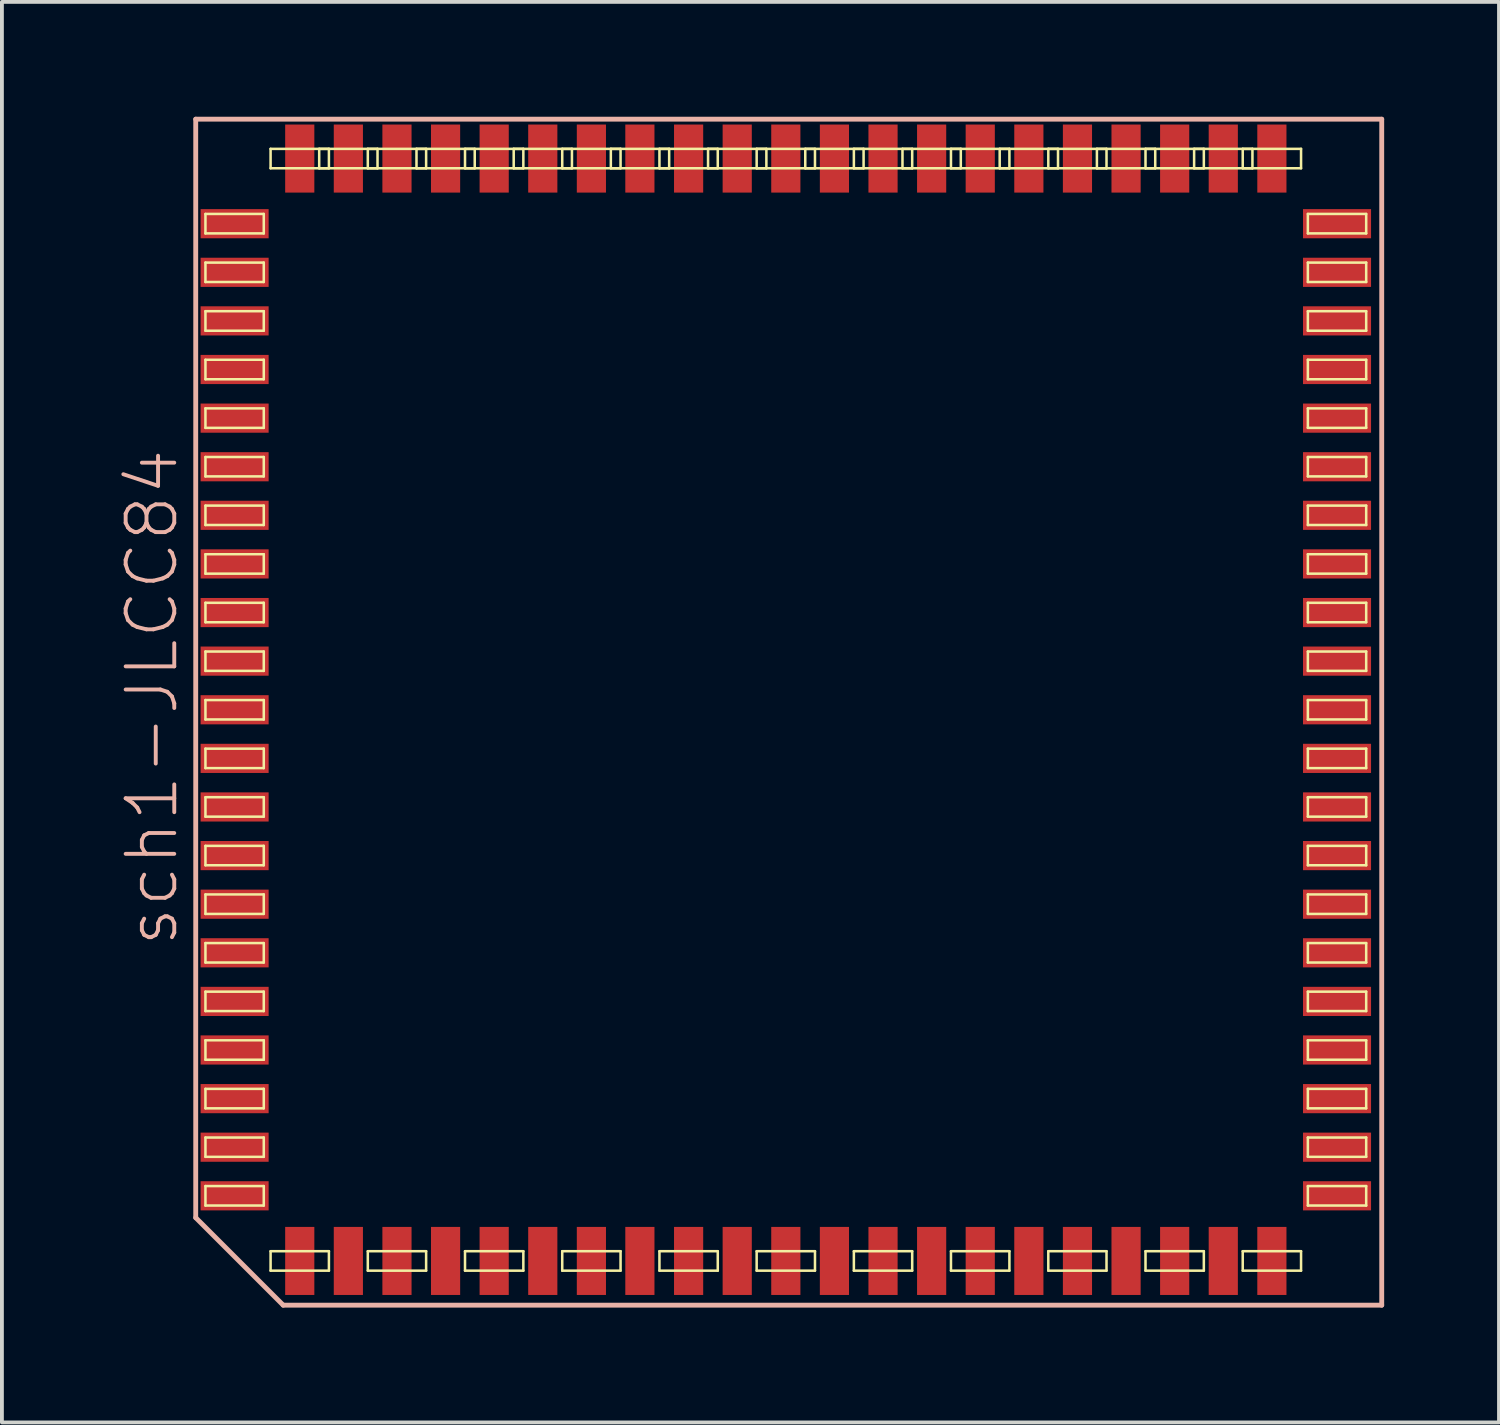
<source format=kicad_pcb>
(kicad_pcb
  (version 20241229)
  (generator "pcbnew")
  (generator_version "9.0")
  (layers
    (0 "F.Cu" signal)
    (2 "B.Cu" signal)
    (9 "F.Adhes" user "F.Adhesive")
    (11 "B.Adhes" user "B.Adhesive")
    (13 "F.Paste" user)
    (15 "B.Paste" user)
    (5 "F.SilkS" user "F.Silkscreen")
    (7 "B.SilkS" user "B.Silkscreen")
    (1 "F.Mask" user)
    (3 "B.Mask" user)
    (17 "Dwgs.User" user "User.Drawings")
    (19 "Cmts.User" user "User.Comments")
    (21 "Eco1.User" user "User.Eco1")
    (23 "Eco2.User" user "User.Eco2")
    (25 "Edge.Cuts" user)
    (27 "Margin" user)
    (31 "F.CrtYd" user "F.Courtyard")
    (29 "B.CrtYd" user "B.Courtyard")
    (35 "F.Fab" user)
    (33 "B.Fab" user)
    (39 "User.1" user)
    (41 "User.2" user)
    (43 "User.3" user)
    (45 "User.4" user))
  (footprint "sch1-JLCC84"
    (layer "F.Cu")
    (at 10.192 18.352)
    (property "Reference" "sch1-JLCC84" (at -9.271 -3.175 90) (layer "B.SilkS") (effects (font (size 1.27 1.27) (thickness 0.102))))
    (attr smd)
    (fp_line (start -7.874 -15.303) (end -7.874 -15.812) (stroke (width 0.066) (type solid)) (layer "F.SilkS"))
    (fp_line (start -7.874 -14.034) (end -7.874 -14.541) (stroke (width 0.066) (type solid)) (layer "F.SilkS"))
    (fp_line (start -7.874 -12.761) (end -7.874 -13.271) (stroke (width 0.066) (type solid)) (layer "F.SilkS"))
    (fp_line (start -7.874 -11.493) (end -7.874 -12.002) (stroke (width 0.066) (type solid)) (layer "F.SilkS"))
    (fp_line (start -7.874 -10.223) (end -7.874 -10.732) (stroke (width 0.066) (type solid)) (layer "F.SilkS"))
    (fp_line (start -7.874 -8.954) (end -7.874 -9.461) (stroke (width 0.066) (type solid)) (layer "F.SilkS"))
    (fp_line (start -7.874 -7.684) (end -7.874 -8.191) (stroke (width 0.066) (type solid)) (layer "F.SilkS"))
    (fp_line (start -7.874 -6.413) (end -7.874 -6.921) (stroke (width 0.066) (type solid)) (layer "F.SilkS"))
    (fp_line (start -7.874 -5.144) (end -7.874 -5.652) (stroke (width 0.066) (type solid)) (layer "F.SilkS"))
    (fp_line (start -7.874 -3.873) (end -7.874 -4.379) (stroke (width 0.066) (type solid)) (layer "F.SilkS"))
    (fp_line (start -7.874 -2.603) (end -7.874 -3.111) (stroke (width 0.066) (type solid)) (layer "F.SilkS"))
    (fp_line (start -7.874 -1.333) (end -7.874 -1.841) (stroke (width 0.066) (type solid)) (layer "F.SilkS"))
    (fp_line (start -7.874 -0.064) (end -7.874 -0.572) (stroke (width 0.066) (type solid)) (layer "F.SilkS"))
    (fp_line (start -7.874 1.206) (end -7.874 0.699) (stroke (width 0.066) (type solid)) (layer "F.SilkS"))
    (fp_line (start -7.874 2.477) (end -7.874 1.968) (stroke (width 0.066) (type solid)) (layer "F.SilkS"))
    (fp_line (start -7.874 3.747) (end -7.874 3.239) (stroke (width 0.066) (type solid)) (layer "F.SilkS"))
    (fp_line (start -7.874 5.016) (end -7.874 4.508) (stroke (width 0.066) (type solid)) (layer "F.SilkS"))
    (fp_line (start -7.874 6.287) (end -7.874 5.779) (stroke (width 0.066) (type solid)) (layer "F.SilkS"))
    (fp_line (start -7.874 7.556) (end -7.874 7.048) (stroke (width 0.066) (type solid)) (layer "F.SilkS"))
    (fp_line (start -7.874 8.824) (end -7.874 8.319) (stroke (width 0.066) (type solid)) (layer "F.SilkS"))
    (fp_line (start -7.874 10.097) (end -7.874 9.588) (stroke (width 0.066) (type solid)) (layer "F.SilkS"))
    (fp_line (start -6.35 -15.812) (end -7.874 -15.812) (stroke (width 0.066) (type solid)) (layer "F.SilkS"))
    (fp_line (start -6.35 -15.303) (end -7.874 -15.303) (stroke (width 0.066) (type solid)) (layer "F.SilkS"))
    (fp_line (start -6.35 -15.303) (end -6.35 -15.812) (stroke (width 0.066) (type solid)) (layer "F.SilkS"))
    (fp_line (start -6.35 -14.541) (end -7.874 -14.541) (stroke (width 0.066) (type solid)) (layer "F.SilkS"))
    (fp_line (start -6.35 -14.034) (end -7.874 -14.034) (stroke (width 0.066) (type solid)) (layer "F.SilkS"))
    (fp_line (start -6.35 -14.034) (end -6.35 -14.541) (stroke (width 0.066) (type solid)) (layer "F.SilkS"))
    (fp_line (start -6.35 -13.271) (end -7.874 -13.271) (stroke (width 0.066) (type solid)) (layer "F.SilkS"))
    (fp_line (start -6.35 -12.761) (end -7.874 -12.761) (stroke (width 0.066) (type solid)) (layer "F.SilkS"))
    (fp_line (start -6.35 -12.761) (end -6.35 -13.271) (stroke (width 0.066) (type solid)) (layer "F.SilkS"))
    (fp_line (start -6.35 -12.002) (end -7.874 -12.002) (stroke (width 0.066) (type solid)) (layer "F.SilkS"))
    (fp_line (start -6.35 -11.493) (end -7.874 -11.493) (stroke (width 0.066) (type solid)) (layer "F.SilkS"))
    (fp_line (start -6.35 -11.493) (end -6.35 -12.002) (stroke (width 0.066) (type solid)) (layer "F.SilkS"))
    (fp_line (start -6.35 -10.732) (end -7.874 -10.732) (stroke (width 0.066) (type solid)) (layer "F.SilkS"))
    (fp_line (start -6.35 -10.223) (end -7.874 -10.223) (stroke (width 0.066) (type solid)) (layer "F.SilkS"))
    (fp_line (start -6.35 -10.223) (end -6.35 -10.732) (stroke (width 0.066) (type solid)) (layer "F.SilkS"))
    (fp_line (start -6.35 -9.461) (end -7.874 -9.461) (stroke (width 0.066) (type solid)) (layer "F.SilkS"))
    (fp_line (start -6.35 -8.954) (end -7.874 -8.954) (stroke (width 0.066) (type solid)) (layer "F.SilkS"))
    (fp_line (start -6.35 -8.954) (end -6.35 -9.461) (stroke (width 0.066) (type solid)) (layer "F.SilkS"))
    (fp_line (start -6.35 -8.191) (end -7.874 -8.191) (stroke (width 0.066) (type solid)) (layer "F.SilkS"))
    (fp_line (start -6.35 -7.684) (end -7.874 -7.684) (stroke (width 0.066) (type solid)) (layer "F.SilkS"))
    (fp_line (start -6.35 -7.684) (end -6.35 -8.191) (stroke (width 0.066) (type solid)) (layer "F.SilkS"))
    (fp_line (start -6.35 -6.921) (end -7.874 -6.921) (stroke (width 0.066) (type solid)) (layer "F.SilkS"))
    (fp_line (start -6.35 -6.413) (end -7.874 -6.413) (stroke (width 0.066) (type solid)) (layer "F.SilkS"))
    (fp_line (start -6.35 -6.413) (end -6.35 -6.921) (stroke (width 0.066) (type solid)) (layer "F.SilkS"))
    (fp_line (start -6.35 -5.652) (end -7.874 -5.652) (stroke (width 0.066) (type solid)) (layer "F.SilkS"))
    (fp_line (start -6.35 -5.144) (end -7.874 -5.144) (stroke (width 0.066) (type solid)) (layer "F.SilkS"))
    (fp_line (start -6.35 -5.144) (end -6.35 -5.652) (stroke (width 0.066) (type solid)) (layer "F.SilkS"))
    (fp_line (start -6.35 -4.379) (end -7.874 -4.379) (stroke (width 0.066) (type solid)) (layer "F.SilkS"))
    (fp_line (start -6.35 -3.873) (end -7.874 -3.873) (stroke (width 0.066) (type solid)) (layer "F.SilkS"))
    (fp_line (start -6.35 -3.873) (end -6.35 -4.379) (stroke (width 0.066) (type solid)) (layer "F.SilkS"))
    (fp_line (start -6.35 -3.111) (end -7.874 -3.111) (stroke (width 0.066) (type solid)) (layer "F.SilkS"))
    (fp_line (start -6.35 -2.603) (end -7.874 -2.603) (stroke (width 0.066) (type solid)) (layer "F.SilkS"))
    (fp_line (start -6.35 -2.603) (end -6.35 -3.111) (stroke (width 0.066) (type solid)) (layer "F.SilkS"))
    (fp_line (start -6.35 -1.841) (end -7.874 -1.841) (stroke (width 0.066) (type solid)) (layer "F.SilkS"))
    (fp_line (start -6.35 -1.333) (end -7.874 -1.333) (stroke (width 0.066) (type solid)) (layer "F.SilkS"))
    (fp_line (start -6.35 -1.333) (end -6.35 -1.841) (stroke (width 0.066) (type solid)) (layer "F.SilkS"))
    (fp_line (start -6.35 -0.572) (end -7.874 -0.572) (stroke (width 0.066) (type solid)) (layer "F.SilkS"))
    (fp_line (start -6.35 -0.064) (end -7.874 -0.064) (stroke (width 0.066) (type solid)) (layer "F.SilkS"))
    (fp_line (start -6.35 -0.064) (end -6.35 -0.572) (stroke (width 0.066) (type solid)) (layer "F.SilkS"))
    (fp_line (start -6.35 0.699) (end -7.874 0.699) (stroke (width 0.066) (type solid)) (layer "F.SilkS"))
    (fp_line (start -6.35 1.206) (end -7.874 1.206) (stroke (width 0.066) (type solid)) (layer "F.SilkS"))
    (fp_line (start -6.35 1.206) (end -6.35 0.699) (stroke (width 0.066) (type solid)) (layer "F.SilkS"))
    (fp_line (start -6.35 1.968) (end -7.874 1.968) (stroke (width 0.066) (type solid)) (layer "F.SilkS"))
    (fp_line (start -6.35 2.477) (end -7.874 2.477) (stroke (width 0.066) (type solid)) (layer "F.SilkS"))
    (fp_line (start -6.35 2.477) (end -6.35 1.968) (stroke (width 0.066) (type solid)) (layer "F.SilkS"))
    (fp_line (start -6.35 3.239) (end -7.874 3.239) (stroke (width 0.066) (type solid)) (layer "F.SilkS"))
    (fp_line (start -6.35 3.747) (end -7.874 3.747) (stroke (width 0.066) (type solid)) (layer "F.SilkS"))
    (fp_line (start -6.35 3.747) (end -6.35 3.239) (stroke (width 0.066) (type solid)) (layer "F.SilkS"))
    (fp_line (start -6.35 4.508) (end -7.874 4.508) (stroke (width 0.066) (type solid)) (layer "F.SilkS"))
    (fp_line (start -6.35 5.016) (end -7.874 5.016) (stroke (width 0.066) (type solid)) (layer "F.SilkS"))
    (fp_line (start -6.35 5.016) (end -6.35 4.508) (stroke (width 0.066) (type solid)) (layer "F.SilkS"))
    (fp_line (start -6.35 5.779) (end -7.874 5.779) (stroke (width 0.066) (type solid)) (layer "F.SilkS"))
    (fp_line (start -6.35 6.287) (end -7.874 6.287) (stroke (width 0.066) (type solid)) (layer "F.SilkS"))
    (fp_line (start -6.35 6.287) (end -6.35 5.779) (stroke (width 0.066) (type solid)) (layer "F.SilkS"))
    (fp_line (start -6.35 7.048) (end -7.874 7.048) (stroke (width 0.066) (type solid)) (layer "F.SilkS"))
    (fp_line (start -6.35 7.556) (end -7.874 7.556) (stroke (width 0.066) (type solid)) (layer "F.SilkS"))
    (fp_line (start -6.35 7.556) (end -6.35 7.048) (stroke (width 0.066) (type solid)) (layer "F.SilkS"))
    (fp_line (start -6.35 8.319) (end -7.874 8.319) (stroke (width 0.066) (type solid)) (layer "F.SilkS"))
    (fp_line (start -6.35 8.824) (end -7.874 8.824) (stroke (width 0.066) (type solid)) (layer "F.SilkS"))
    (fp_line (start -6.35 8.824) (end -6.35 8.319) (stroke (width 0.066) (type solid)) (layer "F.SilkS"))
    (fp_line (start -6.35 9.588) (end -7.874 9.588) (stroke (width 0.066) (type solid)) (layer "F.SilkS"))
    (fp_line (start -6.35 10.097) (end -7.874 10.097) (stroke (width 0.066) (type solid)) (layer "F.SilkS"))
    (fp_line (start -6.35 10.097) (end -6.35 9.588) (stroke (width 0.066) (type solid)) (layer "F.SilkS"))
    (fp_line (start -6.172 -17.005) (end -6.172 -17.513) (stroke (width 0.066) (type solid)) (layer "F.SilkS"))
    (fp_line (start -6.172 11.798) (end -6.172 11.29) (stroke (width 0.066) (type solid)) (layer "F.SilkS"))
    (fp_line (start -4.902 -17.005) (end -4.902 -17.513) (stroke (width 0.066) (type solid)) (layer "F.SilkS"))
    (fp_line (start -4.648 -17.513) (end -6.172 -17.513) (stroke (width 0.066) (type solid)) (layer "F.SilkS"))
    (fp_line (start -4.648 -17.005) (end -6.172 -17.005) (stroke (width 0.066) (type solid)) (layer "F.SilkS"))
    (fp_line (start -4.648 -17.005) (end -4.648 -17.513) (stroke (width 0.066) (type solid)) (layer "F.SilkS"))
    (fp_line (start -4.648 11.29) (end -6.172 11.29) (stroke (width 0.066) (type solid)) (layer "F.SilkS"))
    (fp_line (start -4.648 11.798) (end -6.172 11.798) (stroke (width 0.066) (type solid)) (layer "F.SilkS"))
    (fp_line (start -4.648 11.798) (end -4.648 11.29) (stroke (width 0.066) (type solid)) (layer "F.SilkS"))
    (fp_line (start -3.632 -17.005) (end -3.632 -17.513) (stroke (width 0.066) (type solid)) (layer "F.SilkS"))
    (fp_line (start -3.632 11.798) (end -3.632 11.29) (stroke (width 0.066) (type solid)) (layer "F.SilkS"))
    (fp_line (start -3.378 -17.513) (end -4.902 -17.513) (stroke (width 0.066) (type solid)) (layer "F.SilkS"))
    (fp_line (start -3.378 -17.005) (end -4.902 -17.005) (stroke (width 0.066) (type solid)) (layer "F.SilkS"))
    (fp_line (start -3.378 -17.005) (end -3.378 -17.513) (stroke (width 0.066) (type solid)) (layer "F.SilkS"))
    (fp_line (start -2.36 -17.005) (end -2.36 -17.513) (stroke (width 0.066) (type solid)) (layer "F.SilkS"))
    (fp_line (start -2.108 -17.513) (end -3.632 -17.513) (stroke (width 0.066) (type solid)) (layer "F.SilkS"))
    (fp_line (start -2.108 -17.005) (end -3.632 -17.005) (stroke (width 0.066) (type solid)) (layer "F.SilkS"))
    (fp_line (start -2.108 -17.005) (end -2.108 -17.513) (stroke (width 0.066) (type solid)) (layer "F.SilkS"))
    (fp_line (start -2.108 11.29) (end -3.632 11.29) (stroke (width 0.066) (type solid)) (layer "F.SilkS"))
    (fp_line (start -2.108 11.798) (end -3.632 11.798) (stroke (width 0.066) (type solid)) (layer "F.SilkS"))
    (fp_line (start -2.108 11.798) (end -2.108 11.29) (stroke (width 0.066) (type solid)) (layer "F.SilkS"))
    (fp_line (start -1.092 -17.005) (end -1.092 -17.513) (stroke (width 0.066) (type solid)) (layer "F.SilkS"))
    (fp_line (start -1.092 11.798) (end -1.092 11.29) (stroke (width 0.066) (type solid)) (layer "F.SilkS"))
    (fp_line (start -0.838 -17.513) (end -2.36 -17.513) (stroke (width 0.066) (type solid)) (layer "F.SilkS"))
    (fp_line (start -0.838 -17.005) (end -2.36 -17.005) (stroke (width 0.066) (type solid)) (layer "F.SilkS"))
    (fp_line (start -0.838 -17.005) (end -0.838 -17.513) (stroke (width 0.066) (type solid)) (layer "F.SilkS"))
    (fp_line (start 0.18 -17.005) (end 0.18 -17.513) (stroke (width 0.066) (type solid)) (layer "F.SilkS"))
    (fp_line (start 0.432 -17.513) (end -1.092 -17.513) (stroke (width 0.066) (type solid)) (layer "F.SilkS"))
    (fp_line (start 0.432 -17.005) (end -1.092 -17.005) (stroke (width 0.066) (type solid)) (layer "F.SilkS"))
    (fp_line (start 0.432 -17.005) (end 0.432 -17.513) (stroke (width 0.066) (type solid)) (layer "F.SilkS"))
    (fp_line (start 0.432 11.29) (end -1.092 11.29) (stroke (width 0.066) (type solid)) (layer "F.SilkS"))
    (fp_line (start 0.432 11.798) (end -1.092 11.798) (stroke (width 0.066) (type solid)) (layer "F.SilkS"))
    (fp_line (start 0.432 11.798) (end 0.432 11.29) (stroke (width 0.066) (type solid)) (layer "F.SilkS"))
    (fp_line (start 1.448 -17.005) (end 1.448 -17.513) (stroke (width 0.066) (type solid)) (layer "F.SilkS"))
    (fp_line (start 1.448 11.798) (end 1.448 11.29) (stroke (width 0.066) (type solid)) (layer "F.SilkS"))
    (fp_line (start 1.702 -17.513) (end 0.18 -17.513) (stroke (width 0.066) (type solid)) (layer "F.SilkS"))
    (fp_line (start 1.702 -17.005) (end 0.18 -17.005) (stroke (width 0.066) (type solid)) (layer "F.SilkS"))
    (fp_line (start 1.702 -17.005) (end 1.702 -17.513) (stroke (width 0.066) (type solid)) (layer "F.SilkS"))
    (fp_line (start 2.718 -17.005) (end 2.718 -17.513) (stroke (width 0.066) (type solid)) (layer "F.SilkS"))
    (fp_line (start 2.972 -17.513) (end 1.448 -17.513) (stroke (width 0.066) (type solid)) (layer "F.SilkS"))
    (fp_line (start 2.972 -17.005) (end 1.448 -17.005) (stroke (width 0.066) (type solid)) (layer "F.SilkS"))
    (fp_line (start 2.972 -17.005) (end 2.972 -17.513) (stroke (width 0.066) (type solid)) (layer "F.SilkS"))
    (fp_line (start 2.972 11.29) (end 1.448 11.29) (stroke (width 0.066) (type solid)) (layer "F.SilkS"))
    (fp_line (start 2.972 11.798) (end 1.448 11.798) (stroke (width 0.066) (type solid)) (layer "F.SilkS"))
    (fp_line (start 2.972 11.798) (end 2.972 11.29) (stroke (width 0.066) (type solid)) (layer "F.SilkS"))
    (fp_line (start 3.988 -17.005) (end 3.988 -17.513) (stroke (width 0.066) (type solid)) (layer "F.SilkS"))
    (fp_line (start 3.988 11.798) (end 3.988 11.29) (stroke (width 0.066) (type solid)) (layer "F.SilkS"))
    (fp_line (start 4.242 -17.513) (end 2.718 -17.513) (stroke (width 0.066) (type solid)) (layer "F.SilkS"))
    (fp_line (start 4.242 -17.005) (end 2.718 -17.005) (stroke (width 0.066) (type solid)) (layer "F.SilkS"))
    (fp_line (start 4.242 -17.005) (end 4.242 -17.513) (stroke (width 0.066) (type solid)) (layer "F.SilkS"))
    (fp_line (start 5.258 -17.005) (end 5.258 -17.513) (stroke (width 0.066) (type solid)) (layer "F.SilkS"))
    (fp_line (start 5.512 -17.513) (end 3.988 -17.513) (stroke (width 0.066) (type solid)) (layer "F.SilkS"))
    (fp_line (start 5.512 -17.005) (end 3.988 -17.005) (stroke (width 0.066) (type solid)) (layer "F.SilkS"))
    (fp_line (start 5.512 -17.005) (end 5.512 -17.513) (stroke (width 0.066) (type solid)) (layer "F.SilkS"))
    (fp_line (start 5.512 11.29) (end 3.988 11.29) (stroke (width 0.066) (type solid)) (layer "F.SilkS"))
    (fp_line (start 5.512 11.798) (end 3.988 11.798) (stroke (width 0.066) (type solid)) (layer "F.SilkS"))
    (fp_line (start 5.512 11.798) (end 5.512 11.29) (stroke (width 0.066) (type solid)) (layer "F.SilkS"))
    (fp_line (start 6.528 -17.005) (end 6.528 -17.513) (stroke (width 0.066) (type solid)) (layer "F.SilkS"))
    (fp_line (start 6.528 11.798) (end 6.528 11.29) (stroke (width 0.066) (type solid)) (layer "F.SilkS"))
    (fp_line (start 6.782 -17.513) (end 5.258 -17.513) (stroke (width 0.066) (type solid)) (layer "F.SilkS"))
    (fp_line (start 6.782 -17.005) (end 5.258 -17.005) (stroke (width 0.066) (type solid)) (layer "F.SilkS"))
    (fp_line (start 6.782 -17.005) (end 6.782 -17.513) (stroke (width 0.066) (type solid)) (layer "F.SilkS"))
    (fp_line (start 7.798 -17.005) (end 7.798 -17.513) (stroke (width 0.066) (type solid)) (layer "F.SilkS"))
    (fp_line (start 8.052 -17.513) (end 6.528 -17.513) (stroke (width 0.066) (type solid)) (layer "F.SilkS"))
    (fp_line (start 8.052 -17.005) (end 6.528 -17.005) (stroke (width 0.066) (type solid)) (layer "F.SilkS"))
    (fp_line (start 8.052 -17.005) (end 8.052 -17.513) (stroke (width 0.066) (type solid)) (layer "F.SilkS"))
    (fp_line (start 8.052 11.29) (end 6.528 11.29) (stroke (width 0.066) (type solid)) (layer "F.SilkS"))
    (fp_line (start 8.052 11.798) (end 6.528 11.798) (stroke (width 0.066) (type solid)) (layer "F.SilkS"))
    (fp_line (start 8.052 11.798) (end 8.052 11.29) (stroke (width 0.066) (type solid)) (layer "F.SilkS"))
    (fp_line (start 9.068 -17.005) (end 9.068 -17.513) (stroke (width 0.066) (type solid)) (layer "F.SilkS"))
    (fp_line (start 9.068 11.798) (end 9.068 11.29) (stroke (width 0.066) (type solid)) (layer "F.SilkS"))
    (fp_line (start 9.322 -17.513) (end 7.798 -17.513) (stroke (width 0.066) (type solid)) (layer "F.SilkS"))
    (fp_line (start 9.322 -17.005) (end 7.798 -17.005) (stroke (width 0.066) (type solid)) (layer "F.SilkS"))
    (fp_line (start 9.322 -17.005) (end 9.322 -17.513) (stroke (width 0.066) (type solid)) (layer "F.SilkS"))
    (fp_line (start 10.338 -17.005) (end 10.338 -17.513) (stroke (width 0.066) (type solid)) (layer "F.SilkS"))
    (fp_line (start 10.592 -17.513) (end 9.068 -17.513) (stroke (width 0.066) (type solid)) (layer "F.SilkS"))
    (fp_line (start 10.592 -17.005) (end 9.068 -17.005) (stroke (width 0.066) (type solid)) (layer "F.SilkS"))
    (fp_line (start 10.592 -17.005) (end 10.592 -17.513) (stroke (width 0.066) (type solid)) (layer "F.SilkS"))
    (fp_line (start 10.592 11.29) (end 9.068 11.29) (stroke (width 0.066) (type solid)) (layer "F.SilkS"))
    (fp_line (start 10.592 11.798) (end 9.068 11.798) (stroke (width 0.066) (type solid)) (layer "F.SilkS"))
    (fp_line (start 10.592 11.798) (end 10.592 11.29) (stroke (width 0.066) (type solid)) (layer "F.SilkS"))
    (fp_line (start 11.605 -17.005) (end 11.605 -17.513) (stroke (width 0.066) (type solid)) (layer "F.SilkS"))
    (fp_line (start 11.605 11.798) (end 11.605 11.29) (stroke (width 0.066) (type solid)) (layer "F.SilkS"))
    (fp_line (start 11.862 -17.513) (end 10.338 -17.513) (stroke (width 0.066) (type solid)) (layer "F.SilkS"))
    (fp_line (start 11.862 -17.005) (end 10.338 -17.005) (stroke (width 0.066) (type solid)) (layer "F.SilkS"))
    (fp_line (start 11.862 -17.005) (end 11.862 -17.513) (stroke (width 0.066) (type solid)) (layer "F.SilkS"))
    (fp_line (start 12.878 -17.005) (end 12.878 -17.513) (stroke (width 0.066) (type solid)) (layer "F.SilkS"))
    (fp_line (start 13.132 -17.513) (end 11.605 -17.513) (stroke (width 0.066) (type solid)) (layer "F.SilkS"))
    (fp_line (start 13.132 -17.005) (end 11.605 -17.005) (stroke (width 0.066) (type solid)) (layer "F.SilkS"))
    (fp_line (start 13.132 -17.005) (end 13.132 -17.513) (stroke (width 0.066) (type solid)) (layer "F.SilkS"))
    (fp_line (start 13.132 11.29) (end 11.605 11.29) (stroke (width 0.066) (type solid)) (layer "F.SilkS"))
    (fp_line (start 13.132 11.798) (end 11.605 11.798) (stroke (width 0.066) (type solid)) (layer "F.SilkS"))
    (fp_line (start 13.132 11.798) (end 13.132 11.29) (stroke (width 0.066) (type solid)) (layer "F.SilkS"))
    (fp_line (start 14.148 -17.005) (end 14.148 -17.513) (stroke (width 0.066) (type solid)) (layer "F.SilkS"))
    (fp_line (start 14.148 11.798) (end 14.148 11.29) (stroke (width 0.066) (type solid)) (layer "F.SilkS"))
    (fp_line (start 14.402 -17.513) (end 12.878 -17.513) (stroke (width 0.066) (type solid)) (layer "F.SilkS"))
    (fp_line (start 14.402 -17.005) (end 12.878 -17.005) (stroke (width 0.066) (type solid)) (layer "F.SilkS"))
    (fp_line (start 14.402 -17.005) (end 14.402 -17.513) (stroke (width 0.066) (type solid)) (layer "F.SilkS"))
    (fp_line (start 15.418 -17.005) (end 15.418 -17.513) (stroke (width 0.066) (type solid)) (layer "F.SilkS"))
    (fp_line (start 15.669 -17.513) (end 14.148 -17.513) (stroke (width 0.066) (type solid)) (layer "F.SilkS"))
    (fp_line (start 15.669 -17.005) (end 14.148 -17.005) (stroke (width 0.066) (type solid)) (layer "F.SilkS"))
    (fp_line (start 15.669 -17.005) (end 15.669 -17.513) (stroke (width 0.066) (type solid)) (layer "F.SilkS"))
    (fp_line (start 15.669 11.29) (end 14.148 11.29) (stroke (width 0.066) (type solid)) (layer "F.SilkS"))
    (fp_line (start 15.669 11.798) (end 14.148 11.798) (stroke (width 0.066) (type solid)) (layer "F.SilkS"))
    (fp_line (start 15.669 11.798) (end 15.669 11.29) (stroke (width 0.066) (type solid)) (layer "F.SilkS"))
    (fp_line (start 16.688 -17.005) (end 16.688 -17.513) (stroke (width 0.066) (type solid)) (layer "F.SilkS"))
    (fp_line (start 16.688 11.798) (end 16.688 11.29) (stroke (width 0.066) (type solid)) (layer "F.SilkS"))
    (fp_line (start 16.942 -17.513) (end 15.418 -17.513) (stroke (width 0.066) (type solid)) (layer "F.SilkS"))
    (fp_line (start 16.942 -17.005) (end 15.418 -17.005) (stroke (width 0.066) (type solid)) (layer "F.SilkS"))
    (fp_line (start 16.942 -17.005) (end 16.942 -17.513) (stroke (width 0.066) (type solid)) (layer "F.SilkS"))
    (fp_line (start 17.958 -17.005) (end 17.958 -17.513) (stroke (width 0.066) (type solid)) (layer "F.SilkS"))
    (fp_line (start 18.212 -17.513) (end 16.688 -17.513) (stroke (width 0.066) (type solid)) (layer "F.SilkS"))
    (fp_line (start 18.212 -17.005) (end 16.688 -17.005) (stroke (width 0.066) (type solid)) (layer "F.SilkS"))
    (fp_line (start 18.212 -17.005) (end 18.212 -17.513) (stroke (width 0.066) (type solid)) (layer "F.SilkS"))
    (fp_line (start 18.212 11.29) (end 16.688 11.29) (stroke (width 0.066) (type solid)) (layer "F.SilkS"))
    (fp_line (start 18.212 11.798) (end 16.688 11.798) (stroke (width 0.066) (type solid)) (layer "F.SilkS"))
    (fp_line (start 18.212 11.798) (end 18.212 11.29) (stroke (width 0.066) (type solid)) (layer "F.SilkS"))
    (fp_line (start 19.228 -17.005) (end 19.228 -17.513) (stroke (width 0.066) (type solid)) (layer "F.SilkS"))
    (fp_line (start 19.228 11.798) (end 19.228 11.29) (stroke (width 0.066) (type solid)) (layer "F.SilkS"))
    (fp_line (start 19.482 -17.513) (end 17.958 -17.513) (stroke (width 0.066) (type solid)) (layer "F.SilkS"))
    (fp_line (start 19.482 -17.005) (end 17.958 -17.005) (stroke (width 0.066) (type solid)) (layer "F.SilkS"))
    (fp_line (start 19.482 -17.005) (end 19.482 -17.513) (stroke (width 0.066) (type solid)) (layer "F.SilkS"))
    (fp_line (start 20.752 -17.513) (end 19.228 -17.513) (stroke (width 0.066) (type solid)) (layer "F.SilkS"))
    (fp_line (start 20.752 -17.005) (end 19.228 -17.005) (stroke (width 0.066) (type solid)) (layer "F.SilkS"))
    (fp_line (start 20.752 -17.005) (end 20.752 -17.513) (stroke (width 0.066) (type solid)) (layer "F.SilkS"))
    (fp_line (start 20.752 11.29) (end 19.228 11.29) (stroke (width 0.066) (type solid)) (layer "F.SilkS"))
    (fp_line (start 20.752 11.798) (end 19.228 11.798) (stroke (width 0.066) (type solid)) (layer "F.SilkS"))
    (fp_line (start 20.752 11.798) (end 20.752 11.29) (stroke (width 0.066) (type solid)) (layer "F.SilkS"))
    (fp_line (start 20.93 -15.303) (end 20.93 -15.812) (stroke (width 0.066) (type solid)) (layer "F.SilkS"))
    (fp_line (start 20.93 -14.034) (end 20.93 -14.541) (stroke (width 0.066) (type solid)) (layer "F.SilkS"))
    (fp_line (start 20.93 -12.761) (end 20.93 -13.271) (stroke (width 0.066) (type solid)) (layer "F.SilkS"))
    (fp_line (start 20.93 -11.493) (end 20.93 -12.002) (stroke (width 0.066) (type solid)) (layer "F.SilkS"))
    (fp_line (start 20.93 -10.223) (end 20.93 -10.732) (stroke (width 0.066) (type solid)) (layer "F.SilkS"))
    (fp_line (start 20.93 -8.954) (end 20.93 -9.461) (stroke (width 0.066) (type solid)) (layer "F.SilkS"))
    (fp_line (start 20.93 -7.684) (end 20.93 -8.191) (stroke (width 0.066) (type solid)) (layer "F.SilkS"))
    (fp_line (start 20.93 -6.413) (end 20.93 -6.921) (stroke (width 0.066) (type solid)) (layer "F.SilkS"))
    (fp_line (start 20.93 -5.144) (end 20.93 -5.652) (stroke (width 0.066) (type solid)) (layer "F.SilkS"))
    (fp_line (start 20.93 -3.873) (end 20.93 -4.379) (stroke (width 0.066) (type solid)) (layer "F.SilkS"))
    (fp_line (start 20.93 -2.603) (end 20.93 -3.111) (stroke (width 0.066) (type solid)) (layer "F.SilkS"))
    (fp_line (start 20.93 -1.333) (end 20.93 -1.841) (stroke (width 0.066) (type solid)) (layer "F.SilkS"))
    (fp_line (start 20.93 -0.064) (end 20.93 -0.572) (stroke (width 0.066) (type solid)) (layer "F.SilkS"))
    (fp_line (start 20.93 1.206) (end 20.93 0.699) (stroke (width 0.066) (type solid)) (layer "F.SilkS"))
    (fp_line (start 20.93 2.477) (end 20.93 1.968) (stroke (width 0.066) (type solid)) (layer "F.SilkS"))
    (fp_line (start 20.93 3.747) (end 20.93 3.239) (stroke (width 0.066) (type solid)) (layer "F.SilkS"))
    (fp_line (start 20.93 5.016) (end 20.93 4.508) (stroke (width 0.066) (type solid)) (layer "F.SilkS"))
    (fp_line (start 20.93 6.287) (end 20.93 5.779) (stroke (width 0.066) (type solid)) (layer "F.SilkS"))
    (fp_line (start 20.93 7.556) (end 20.93 7.048) (stroke (width 0.066) (type solid)) (layer "F.SilkS"))
    (fp_line (start 20.93 8.824) (end 20.93 8.319) (stroke (width 0.066) (type solid)) (layer "F.SilkS"))
    (fp_line (start 20.93 10.097) (end 20.93 9.588) (stroke (width 0.066) (type solid)) (layer "F.SilkS"))
    (fp_line (start 22.454 -15.812) (end 20.93 -15.812) (stroke (width 0.066) (type solid)) (layer "F.SilkS"))
    (fp_line (start 22.454 -15.303) (end 20.93 -15.303) (stroke (width 0.066) (type solid)) (layer "F.SilkS"))
    (fp_line (start 22.454 -15.303) (end 22.454 -15.812) (stroke (width 0.066) (type solid)) (layer "F.SilkS"))
    (fp_line (start 22.454 -14.541) (end 20.93 -14.541) (stroke (width 0.066) (type solid)) (layer "F.SilkS"))
    (fp_line (start 22.454 -14.034) (end 20.93 -14.034) (stroke (width 0.066) (type solid)) (layer "F.SilkS"))
    (fp_line (start 22.454 -14.034) (end 22.454 -14.541) (stroke (width 0.066) (type solid)) (layer "F.SilkS"))
    (fp_line (start 22.454 -13.271) (end 20.93 -13.271) (stroke (width 0.066) (type solid)) (layer "F.SilkS"))
    (fp_line (start 22.454 -12.761) (end 20.93 -12.761) (stroke (width 0.066) (type solid)) (layer "F.SilkS"))
    (fp_line (start 22.454 -12.761) (end 22.454 -13.271) (stroke (width 0.066) (type solid)) (layer "F.SilkS"))
    (fp_line (start 22.454 -12.002) (end 20.93 -12.002) (stroke (width 0.066) (type solid)) (layer "F.SilkS"))
    (fp_line (start 22.454 -11.493) (end 20.93 -11.493) (stroke (width 0.066) (type solid)) (layer "F.SilkS"))
    (fp_line (start 22.454 -11.493) (end 22.454 -12.002) (stroke (width 0.066) (type solid)) (layer "F.SilkS"))
    (fp_line (start 22.454 -10.732) (end 20.93 -10.732) (stroke (width 0.066) (type solid)) (layer "F.SilkS"))
    (fp_line (start 22.454 -10.223) (end 20.93 -10.223) (stroke (width 0.066) (type solid)) (layer "F.SilkS"))
    (fp_line (start 22.454 -10.223) (end 22.454 -10.732) (stroke (width 0.066) (type solid)) (layer "F.SilkS"))
    (fp_line (start 22.454 -9.461) (end 20.93 -9.461) (stroke (width 0.066) (type solid)) (layer "F.SilkS"))
    (fp_line (start 22.454 -8.954) (end 20.93 -8.954) (stroke (width 0.066) (type solid)) (layer "F.SilkS"))
    (fp_line (start 22.454 -8.954) (end 22.454 -9.461) (stroke (width 0.066) (type solid)) (layer "F.SilkS"))
    (fp_line (start 22.454 -8.191) (end 20.93 -8.191) (stroke (width 0.066) (type solid)) (layer "F.SilkS"))
    (fp_line (start 22.454 -7.684) (end 20.93 -7.684) (stroke (width 0.066) (type solid)) (layer "F.SilkS"))
    (fp_line (start 22.454 -7.684) (end 22.454 -8.191) (stroke (width 0.066) (type solid)) (layer "F.SilkS"))
    (fp_line (start 22.454 -6.921) (end 20.93 -6.921) (stroke (width 0.066) (type solid)) (layer "F.SilkS"))
    (fp_line (start 22.454 -6.413) (end 20.93 -6.413) (stroke (width 0.066) (type solid)) (layer "F.SilkS"))
    (fp_line (start 22.454 -6.413) (end 22.454 -6.921) (stroke (width 0.066) (type solid)) (layer "F.SilkS"))
    (fp_line (start 22.454 -5.652) (end 20.93 -5.652) (stroke (width 0.066) (type solid)) (layer "F.SilkS"))
    (fp_line (start 22.454 -5.144) (end 20.93 -5.144) (stroke (width 0.066) (type solid)) (layer "F.SilkS"))
    (fp_line (start 22.454 -5.144) (end 22.454 -5.652) (stroke (width 0.066) (type solid)) (layer "F.SilkS"))
    (fp_line (start 22.454 -4.379) (end 20.93 -4.379) (stroke (width 0.066) (type solid)) (layer "F.SilkS"))
    (fp_line (start 22.454 -3.873) (end 20.93 -3.873) (stroke (width 0.066) (type solid)) (layer "F.SilkS"))
    (fp_line (start 22.454 -3.873) (end 22.454 -4.379) (stroke (width 0.066) (type solid)) (layer "F.SilkS"))
    (fp_line (start 22.454 -3.111) (end 20.93 -3.111) (stroke (width 0.066) (type solid)) (layer "F.SilkS"))
    (fp_line (start 22.454 -2.603) (end 20.93 -2.603) (stroke (width 0.066) (type solid)) (layer "F.SilkS"))
    (fp_line (start 22.454 -2.603) (end 22.454 -3.111) (stroke (width 0.066) (type solid)) (layer "F.SilkS"))
    (fp_line (start 22.454 -1.841) (end 20.93 -1.841) (stroke (width 0.066) (type solid)) (layer "F.SilkS"))
    (fp_line (start 22.454 -1.333) (end 20.93 -1.333) (stroke (width 0.066) (type solid)) (layer "F.SilkS"))
    (fp_line (start 22.454 -1.333) (end 22.454 -1.841) (stroke (width 0.066) (type solid)) (layer "F.SilkS"))
    (fp_line (start 22.454 -0.572) (end 20.93 -0.572) (stroke (width 0.066) (type solid)) (layer "F.SilkS"))
    (fp_line (start 22.454 -0.064) (end 20.93 -0.064) (stroke (width 0.066) (type solid)) (layer "F.SilkS"))
    (fp_line (start 22.454 -0.064) (end 22.454 -0.572) (stroke (width 0.066) (type solid)) (layer "F.SilkS"))
    (fp_line (start 22.454 0.699) (end 20.93 0.699) (stroke (width 0.066) (type solid)) (layer "F.SilkS"))
    (fp_line (start 22.454 1.206) (end 20.93 1.206) (stroke (width 0.066) (type solid)) (layer "F.SilkS"))
    (fp_line (start 22.454 1.206) (end 22.454 0.699) (stroke (width 0.066) (type solid)) (layer "F.SilkS"))
    (fp_line (start 22.454 1.968) (end 20.93 1.968) (stroke (width 0.066) (type solid)) (layer "F.SilkS"))
    (fp_line (start 22.454 2.477) (end 20.93 2.477) (stroke (width 0.066) (type solid)) (layer "F.SilkS"))
    (fp_line (start 22.454 2.477) (end 22.454 1.968) (stroke (width 0.066) (type solid)) (layer "F.SilkS"))
    (fp_line (start 22.454 3.239) (end 20.93 3.239) (stroke (width 0.066) (type solid)) (layer "F.SilkS"))
    (fp_line (start 22.454 3.747) (end 20.93 3.747) (stroke (width 0.066) (type solid)) (layer "F.SilkS"))
    (fp_line (start 22.454 3.747) (end 22.454 3.239) (stroke (width 0.066) (type solid)) (layer "F.SilkS"))
    (fp_line (start 22.454 4.508) (end 20.93 4.508) (stroke (width 0.066) (type solid)) (layer "F.SilkS"))
    (fp_line (start 22.454 5.016) (end 20.93 5.016) (stroke (width 0.066) (type solid)) (layer "F.SilkS"))
    (fp_line (start 22.454 5.016) (end 22.454 4.508) (stroke (width 0.066) (type solid)) (layer "F.SilkS"))
    (fp_line (start 22.454 5.779) (end 20.93 5.779) (stroke (width 0.066) (type solid)) (layer "F.SilkS"))
    (fp_line (start 22.454 6.287) (end 20.93 6.287) (stroke (width 0.066) (type solid)) (layer "F.SilkS"))
    (fp_line (start 22.454 6.287) (end 22.454 5.779) (stroke (width 0.066) (type solid)) (layer "F.SilkS"))
    (fp_line (start 22.454 7.048) (end 20.93 7.048) (stroke (width 0.066) (type solid)) (layer "F.SilkS"))
    (fp_line (start 22.454 7.556) (end 20.93 7.556) (stroke (width 0.066) (type solid)) (layer "F.SilkS"))
    (fp_line (start 22.454 7.556) (end 22.454 7.048) (stroke (width 0.066) (type solid)) (layer "F.SilkS"))
    (fp_line (start 22.454 8.319) (end 20.93 8.319) (stroke (width 0.066) (type solid)) (layer "F.SilkS"))
    (fp_line (start 22.454 8.824) (end 20.93 8.824) (stroke (width 0.066) (type solid)) (layer "F.SilkS"))
    (fp_line (start 22.454 8.824) (end 22.454 8.319) (stroke (width 0.066) (type solid)) (layer "F.SilkS"))
    (fp_line (start 22.454 9.588) (end 20.93 9.588) (stroke (width 0.066) (type solid)) (layer "F.SilkS"))
    (fp_line (start 22.454 10.097) (end 20.93 10.097) (stroke (width 0.066) (type solid)) (layer "F.SilkS"))
    (fp_line (start 22.454 10.097) (end 22.454 9.588) (stroke (width 0.066) (type solid)) (layer "F.SilkS"))
    (fp_line (start -8.128 -18.288) (end 22.86 -18.288) (stroke (width 0.127) (type solid)) (layer "B.SilkS"))
    (fp_line (start -8.128 10.414) (end -8.128 -18.288) (stroke (width 0.127) (type solid)) (layer "B.SilkS"))
    (fp_line (start -5.842 12.7) (end -8.128 10.414) (stroke (width 0.127) (type solid)) (layer "B.SilkS"))
    (fp_line (start 22.86 -18.288) (end 22.86 12.7) (stroke (width 0.127) (type solid)) (layer "B.SilkS"))
    (fp_line (start 22.86 12.7) (end -5.842 12.7) (stroke (width 0.127) (type solid)) (layer "B.SilkS"))
    (pad "P$1" smd rect (at -7.112 9.842 270) (size 0.762 1.778) (layers "F.Cu" "F.Mask" "F.Paste"))
    (pad "P$2" smd rect (at -7.112 8.572 270) (size 0.762 1.778) (layers "F.Cu" "F.Mask" "F.Paste"))
    (pad "P$3" smd rect (at -7.112 7.303 270) (size 0.762 1.778) (layers "F.Cu" "F.Mask" "F.Paste"))
    (pad "P$4" smd rect (at -7.112 6.032 270) (size 0.762 1.778) (layers "F.Cu" "F.Mask" "F.Paste"))
    (pad "P$5" smd rect (at -7.112 4.763 270) (size 0.762 1.778) (layers "F.Cu" "F.Mask" "F.Paste"))
    (pad "P$6" smd rect (at -7.112 3.493 270) (size 0.762 1.778) (layers "F.Cu" "F.Mask" "F.Paste"))
    (pad "P$7" smd rect (at -7.112 2.223 270) (size 0.762 1.778) (layers "F.Cu" "F.Mask" "F.Paste"))
    (pad "P$8" smd rect (at -7.112 0.953 270) (size 0.762 1.778) (layers "F.Cu" "F.Mask" "F.Paste"))
    (pad "P$9" smd rect (at -7.112 -0.318 270) (size 0.762 1.778) (layers "F.Cu" "F.Mask" "F.Paste"))
    (pad "P$10" smd rect (at -7.112 -1.587 270) (size 0.762 1.778) (layers "F.Cu" "F.Mask" "F.Paste"))
    (pad "P$11" smd rect (at -7.112 -2.857 270) (size 0.762 1.778) (layers "F.Cu" "F.Mask" "F.Paste"))
    (pad "P$12" smd rect (at -7.112 -4.128 270) (size 0.762 1.778) (layers "F.Cu" "F.Mask" "F.Paste"))
    (pad "P$13" smd rect (at -7.112 -5.397 270) (size 0.762 1.778) (layers "F.Cu" "F.Mask" "F.Paste"))
    (pad "P$14" smd rect (at -7.112 -6.668 270) (size 0.762 1.778) (layers "F.Cu" "F.Mask" "F.Paste"))
    (pad "P$15" smd rect (at -7.112 -7.938 270) (size 0.762 1.778) (layers "F.Cu" "F.Mask" "F.Paste"))
    (pad "P$16" smd rect (at -7.112 -9.207 270) (size 0.762 1.778) (layers "F.Cu" "F.Mask" "F.Paste"))
    (pad "P$17" smd rect (at -7.112 -10.477 270) (size 0.762 1.778) (layers "F.Cu" "F.Mask" "F.Paste"))
    (pad "P$18" smd rect (at -7.112 -11.748 270) (size 0.762 1.778) (layers "F.Cu" "F.Mask" "F.Paste"))
    (pad "P$19" smd rect (at -7.112 -13.018 270) (size 0.762 1.778) (layers "F.Cu" "F.Mask" "F.Paste"))
    (pad "P$20" smd rect (at -7.112 -14.287 270) (size 0.762 1.778) (layers "F.Cu" "F.Mask" "F.Paste"))
    (pad "P$21" smd rect (at -7.112 -15.557 270) (size 0.762 1.778) (layers "F.Cu" "F.Mask" "F.Paste"))
    (pad "P$22" smd rect (at -5.41 -17.259 180) (size 0.762 1.778) (layers "F.Cu" "F.Mask" "F.Paste"))
    (pad "P$23" smd rect (at -4.14 -17.259 180) (size 0.762 1.778) (layers "F.Cu" "F.Mask" "F.Paste"))
    (pad "P$24" smd rect (at -2.87 -17.259 180) (size 0.762 1.778) (layers "F.Cu" "F.Mask" "F.Paste"))
    (pad "P$25" smd rect (at -1.6 -17.259 180) (size 0.762 1.778) (layers "F.Cu" "F.Mask" "F.Paste"))
    (pad "P$26" smd rect (at -0.33 -17.259 180) (size 0.762 1.778) (layers "F.Cu" "F.Mask" "F.Paste"))
    (pad "P$27" smd rect (at 0.94 -17.259 180) (size 0.762 1.778) (layers "F.Cu" "F.Mask" "F.Paste"))
    (pad "P$28" smd rect (at 2.21 -17.259 180) (size 0.762 1.778) (layers "F.Cu" "F.Mask" "F.Paste"))
    (pad "P$29" smd rect (at 3.477 -17.259 180) (size 0.762 1.778) (layers "F.Cu" "F.Mask" "F.Paste"))
    (pad "P$30" smd rect (at 4.75 -17.259 180) (size 0.762 1.778) (layers "F.Cu" "F.Mask" "F.Paste"))
    (pad "P$31" smd rect (at 6.02 -17.259 180) (size 0.762 1.778) (layers "F.Cu" "F.Mask" "F.Paste"))
    (pad "P$32" smd rect (at 7.29 -17.259 180) (size 0.762 1.778) (layers "F.Cu" "F.Mask" "F.Paste"))
    (pad "P$33" smd rect (at 8.56 -17.259 180) (size 0.762 1.778) (layers "F.Cu" "F.Mask" "F.Paste"))
    (pad "P$34" smd rect (at 9.83 -17.259 180) (size 0.762 1.778) (layers "F.Cu" "F.Mask" "F.Paste"))
    (pad "P$35" smd rect (at 11.1 -17.259 180) (size 0.762 1.778) (layers "F.Cu" "F.Mask" "F.Paste"))
    (pad "P$36" smd rect (at 12.37 -17.259 180) (size 0.762 1.778) (layers "F.Cu" "F.Mask" "F.Paste"))
    (pad "P$37" smd rect (at 13.64 -17.259 180) (size 0.762 1.778) (layers "F.Cu" "F.Mask" "F.Paste"))
    (pad "P$38" smd rect (at 14.91 -17.259 180) (size 0.762 1.778) (layers "F.Cu" "F.Mask" "F.Paste"))
    (pad "P$39" smd rect (at 16.18 -17.259 180) (size 0.762 1.778) (layers "F.Cu" "F.Mask" "F.Paste"))
    (pad "P$40" smd rect (at 17.45 -17.259 180) (size 0.762 1.778) (layers "F.Cu" "F.Mask" "F.Paste"))
    (pad "P$41" smd rect (at 18.72 -17.259 180) (size 0.762 1.778) (layers "F.Cu" "F.Mask" "F.Paste"))
    (pad "P$42" smd rect (at 19.99 -17.259 180) (size 0.762 1.778) (layers "F.Cu" "F.Mask" "F.Paste"))
    (pad "P$43" smd rect (at 21.692 -15.557 270) (size 0.762 1.778) (layers "F.Cu" "F.Mask" "F.Paste"))
    (pad "P$44" smd rect (at 21.692 -14.287 270) (size 0.762 1.778) (layers "F.Cu" "F.Mask" "F.Paste"))
    (pad "P$45" smd rect (at 21.692 -13.018 270) (size 0.762 1.778) (layers "F.Cu" "F.Mask" "F.Paste"))
    (pad "P$46" smd rect (at 21.692 -11.748 270) (size 0.762 1.778) (layers "F.Cu" "F.Mask" "F.Paste"))
    (pad "P$47" smd rect (at 21.692 -10.477 270) (size 0.762 1.778) (layers "F.Cu" "F.Mask" "F.Paste"))
    (pad "P$48" smd rect (at 21.692 -9.207 270) (size 0.762 1.778) (layers "F.Cu" "F.Mask" "F.Paste"))
    (pad "P$49" smd rect (at 21.692 -7.938 270) (size 0.762 1.778) (layers "F.Cu" "F.Mask" "F.Paste"))
    (pad "P$50" smd rect (at 21.692 -6.668 270) (size 0.762 1.778) (layers "F.Cu" "F.Mask" "F.Paste"))
    (pad "P$51" smd rect (at 21.692 -5.397 270) (size 0.762 1.778) (layers "F.Cu" "F.Mask" "F.Paste"))
    (pad "P$52" smd rect (at 21.692 -4.128 270) (size 0.762 1.778) (layers "F.Cu" "F.Mask" "F.Paste"))
    (pad "P$53" smd rect (at 21.692 -2.857 270) (size 0.762 1.778) (layers "F.Cu" "F.Mask" "F.Paste"))
    (pad "P$54" smd rect (at 21.692 -1.587 270) (size 0.762 1.778) (layers "F.Cu" "F.Mask" "F.Paste"))
    (pad "P$55" smd rect (at 21.692 -0.318 270) (size 0.762 1.778) (layers "F.Cu" "F.Mask" "F.Paste"))
    (pad "P$56" smd rect (at 21.692 0.953 270) (size 0.762 1.778) (layers "F.Cu" "F.Mask" "F.Paste"))
    (pad "P$57" smd rect (at 21.692 2.223 270) (size 0.762 1.778) (layers "F.Cu" "F.Mask" "F.Paste"))
    (pad "P$58" smd rect (at 21.692 3.493 270) (size 0.762 1.778) (layers "F.Cu" "F.Mask" "F.Paste"))
    (pad "P$59" smd rect (at 21.692 4.763 270) (size 0.762 1.778) (layers "F.Cu" "F.Mask" "F.Paste"))
    (pad "P$60" smd rect (at 21.692 6.032 270) (size 0.762 1.778) (layers "F.Cu" "F.Mask" "F.Paste"))
    (pad "P$61" smd rect (at 21.692 7.303 270) (size 0.762 1.778) (layers "F.Cu" "F.Mask" "F.Paste"))
    (pad "P$62" smd rect (at 21.692 8.572 270) (size 0.762 1.778) (layers "F.Cu" "F.Mask" "F.Paste"))
    (pad "P$63" smd rect (at 21.692 9.842 270) (size 0.762 1.778) (layers "F.Cu" "F.Mask" "F.Paste"))
    (pad "P$64" smd rect (at 19.99 11.544 180) (size 0.762 1.778) (layers "F.Cu" "F.Mask" "F.Paste"))
    (pad "P$65" smd rect (at 18.72 11.544 180) (size 0.762 1.778) (layers "F.Cu" "F.Mask" "F.Paste"))
    (pad "P$66" smd rect (at 17.45 11.544 180) (size 0.762 1.778) (layers "F.Cu" "F.Mask" "F.Paste"))
    (pad "P$67" smd rect (at 16.18 11.544 180) (size 0.762 1.778) (layers "F.Cu" "F.Mask" "F.Paste"))
    (pad "P$68" smd rect (at 14.91 11.544 180) (size 0.762 1.778) (layers "F.Cu" "F.Mask" "F.Paste"))
    (pad "P$69" smd rect (at 13.64 11.544 180) (size 0.762 1.778) (layers "F.Cu" "F.Mask" "F.Paste"))
    (pad "P$70" smd rect (at 12.37 11.544 180) (size 0.762 1.778) (layers "F.Cu" "F.Mask" "F.Paste"))
    (pad "P$71" smd rect (at 11.1 11.544 180) (size 0.762 1.778) (layers "F.Cu" "F.Mask" "F.Paste"))
    (pad "P$72" smd rect (at 9.83 11.544 180) (size 0.762 1.778) (layers "F.Cu" "F.Mask" "F.Paste"))
    (pad "P$73" smd rect (at 8.56 11.544 180) (size 0.762 1.778) (layers "F.Cu" "F.Mask" "F.Paste"))
    (pad "P$74" smd rect (at 7.29 11.544 180) (size 0.762 1.778) (layers "F.Cu" "F.Mask" "F.Paste"))
    (pad "P$75" smd rect (at 6.02 11.544 180) (size 0.762 1.778) (layers "F.Cu" "F.Mask" "F.Paste"))
    (pad "P$76" smd rect (at 4.75 11.544 180) (size 0.762 1.778) (layers "F.Cu" "F.Mask" "F.Paste"))
    (pad "P$77" smd rect (at 3.477 11.544 180) (size 0.762 1.778) (layers "F.Cu" "F.Mask" "F.Paste"))
    (pad "P$78" smd rect (at 2.21 11.544 180) (size 0.762 1.778) (layers "F.Cu" "F.Mask" "F.Paste"))
    (pad "P$79" smd rect (at 0.94 11.544 180) (size 0.762 1.778) (layers "F.Cu" "F.Mask" "F.Paste"))
    (pad "P$80" smd rect (at -0.33 11.544 180) (size 0.762 1.778) (layers "F.Cu" "F.Mask" "F.Paste"))
    (pad "P$81" smd rect (at -1.6 11.544 180) (size 0.762 1.778) (layers "F.Cu" "F.Mask" "F.Paste"))
    (pad "P$82" smd rect (at -2.87 11.544 180) (size 0.762 1.778) (layers "F.Cu" "F.Mask" "F.Paste"))
    (pad "P$83" smd rect (at -4.14 11.544 180) (size 0.762 1.778) (layers "F.Cu" "F.Mask" "F.Paste"))
    (pad "P$84" smd rect (at -5.41 11.544 180) (size 0.762 1.778) (layers "F.Cu" "F.Mask" "F.Paste")))
  (gr_rect
    (start -3 -3)
    (end 36.116 34.115)
    (stroke (width 0.1) (type default))
    (fill no)
    (layer "Edge.Cuts")))
</source>
